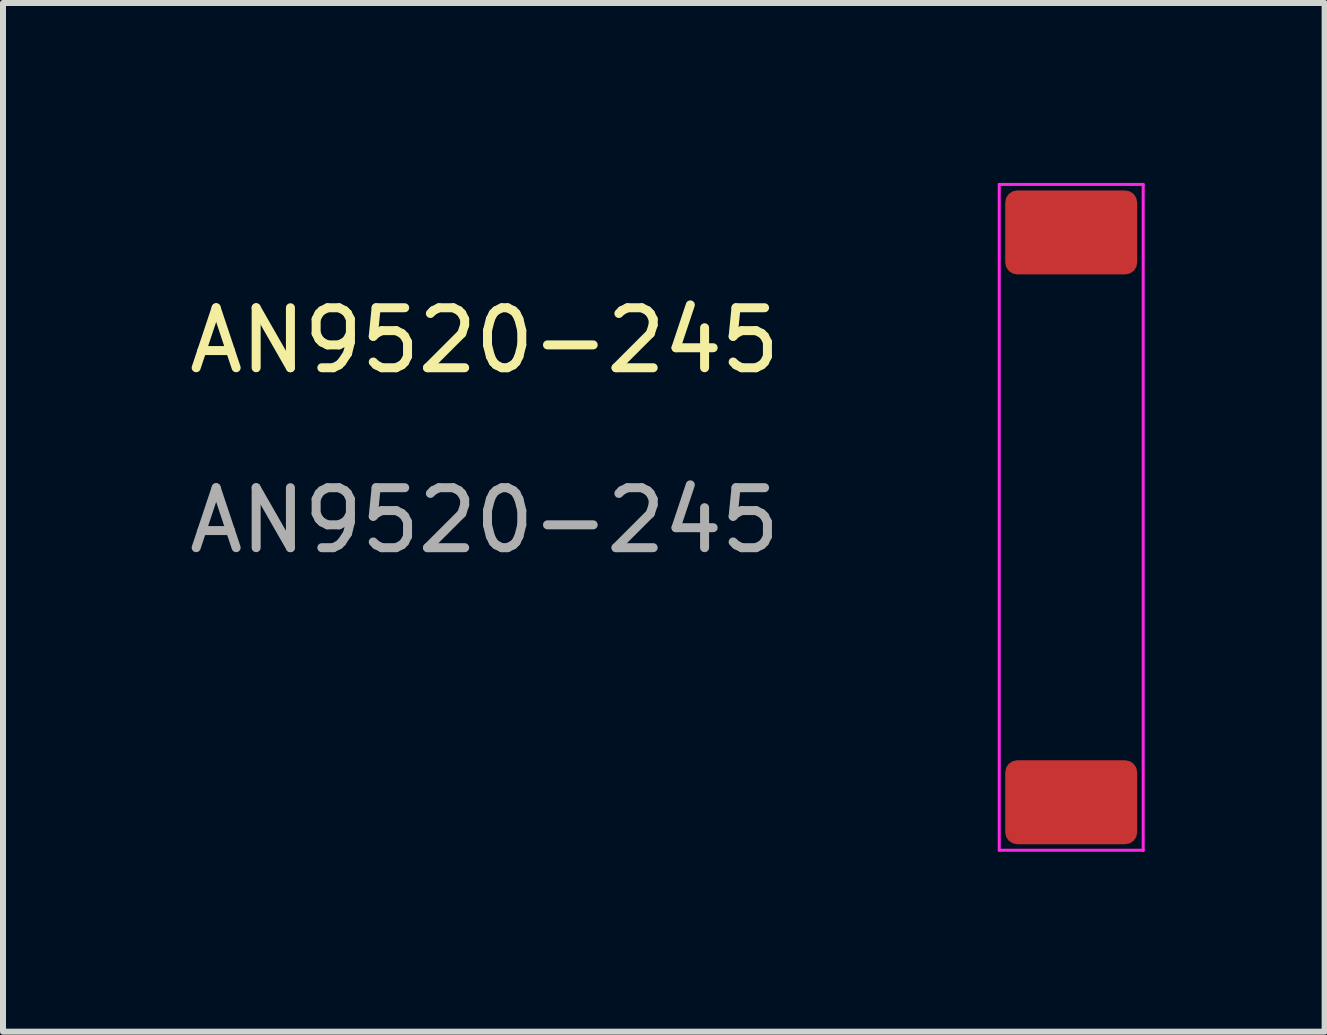
<source format=kicad_pcb>
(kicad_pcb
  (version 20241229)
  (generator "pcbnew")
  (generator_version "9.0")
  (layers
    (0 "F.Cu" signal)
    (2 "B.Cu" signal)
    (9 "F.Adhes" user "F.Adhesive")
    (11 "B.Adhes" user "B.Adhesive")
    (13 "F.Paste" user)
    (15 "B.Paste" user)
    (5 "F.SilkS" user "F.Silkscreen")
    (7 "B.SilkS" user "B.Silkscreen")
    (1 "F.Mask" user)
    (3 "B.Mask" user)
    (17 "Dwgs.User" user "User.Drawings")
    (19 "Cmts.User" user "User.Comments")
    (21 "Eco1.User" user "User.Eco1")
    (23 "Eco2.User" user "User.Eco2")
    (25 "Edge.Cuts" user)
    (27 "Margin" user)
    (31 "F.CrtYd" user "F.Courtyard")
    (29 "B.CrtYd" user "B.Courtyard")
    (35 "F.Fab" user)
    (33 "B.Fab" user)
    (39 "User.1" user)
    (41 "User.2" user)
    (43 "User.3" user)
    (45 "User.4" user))
  (footprint "AN9520-245"
    (layer "F.Cu")
    (at 14.809 10.325)
    (property "Reference" "AN9520-245" (at -9.779 -7.699 0) (unlocked yes) (layer "F.SilkS") (effects (font (size 1 1) (thickness 0.15))))
    (attr smd)
    (fp_line (start -1.2 -10.3) (end 1.2 -10.3) (stroke (width 0.05) (type default)) (layer "F.CrtYd"))
    (fp_line (start -1.2 0.8) (end -1.2 -10.3) (stroke (width 0.05) (type default)) (layer "F.CrtYd"))
    (fp_line (start 1.2 -10.3) (end 1.2 0.8) (stroke (width 0.05) (type default)) (layer "F.CrtYd"))
    (fp_line (start 1.2 0.8) (end -1.2 0.8) (stroke (width 0.05) (type default)) (layer "F.CrtYd"))
    (fp_text user "${REFERENCE}" (at -9.779 -4.699 0) (unlocked yes) (layer "F.Fab") (effects (font (size 1 1) (thickness 0.15))))
    (pad "1" smd roundrect (at 0 0) (size 2.2 1.4) (layers "F.Cu" "F.Mask" "F.Paste") (roundrect_rratio 0.143))
    (pad "2" smd roundrect (at 0 -9.5) (size 2.2 1.4) (layers "F.Cu" "F.Mask" "F.Paste") (roundrect_rratio 0.143)))
  (gr_rect
    (start -3 -3)
    (end 19.034 14.15)
    (stroke (width 0.1) (type default))
    (fill no)
    (layer "Edge.Cuts")))
</source>
